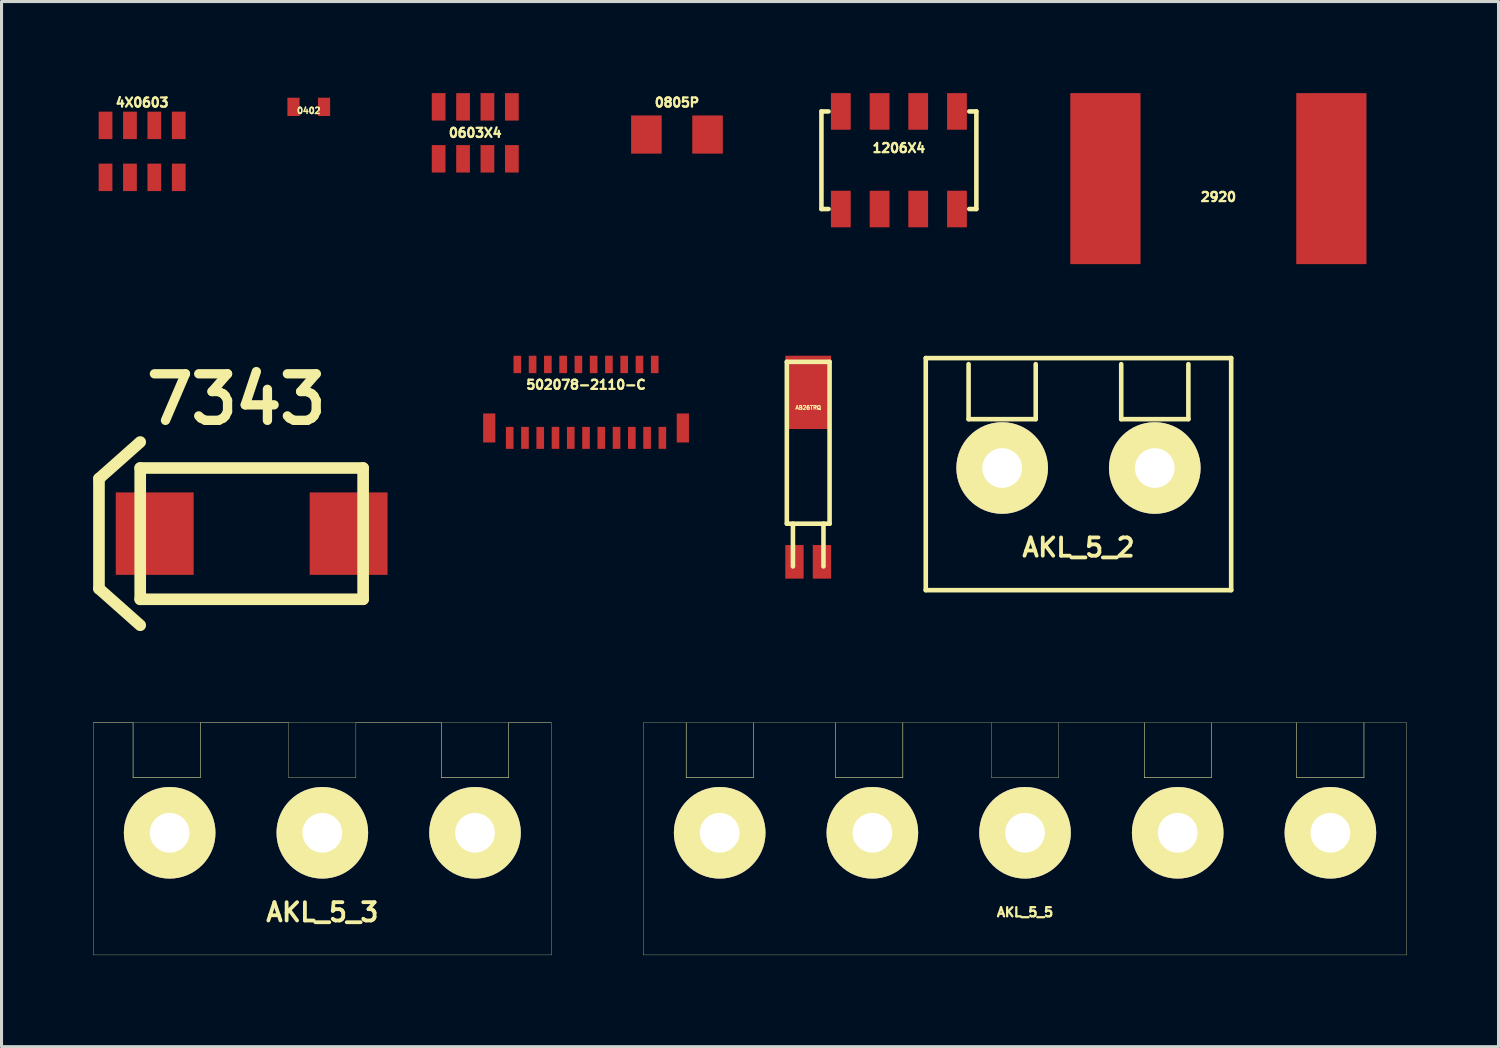
<source format=kicad_pcb>
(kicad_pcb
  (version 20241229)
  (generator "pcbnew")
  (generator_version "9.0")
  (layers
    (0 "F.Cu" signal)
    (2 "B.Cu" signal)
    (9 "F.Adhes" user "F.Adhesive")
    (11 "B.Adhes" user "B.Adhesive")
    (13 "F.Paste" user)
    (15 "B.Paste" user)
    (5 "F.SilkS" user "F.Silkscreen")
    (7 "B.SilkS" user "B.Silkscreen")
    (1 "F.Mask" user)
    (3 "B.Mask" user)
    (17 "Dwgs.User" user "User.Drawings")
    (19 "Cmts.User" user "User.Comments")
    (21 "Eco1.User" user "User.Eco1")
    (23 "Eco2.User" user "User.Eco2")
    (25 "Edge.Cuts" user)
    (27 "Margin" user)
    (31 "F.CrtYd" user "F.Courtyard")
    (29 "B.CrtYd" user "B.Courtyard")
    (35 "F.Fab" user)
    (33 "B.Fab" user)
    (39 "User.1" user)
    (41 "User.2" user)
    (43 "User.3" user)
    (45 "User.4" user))
  (footprint "0603X4"
    (layer "F.Cu")
    (at 12.514 1.3)
    (property "Reference" "0603X4" (at 0 0 0) (layer "F.SilkS") (effects (font (size 0.3 0.3) (thickness 0.076))))
    (attr smd)
    (fp_line (start -1.6 -0.8) (end 1.6 -0.8) (stroke (width 0.001) (type solid)) (layer "F.SilkS"))
    (fp_line (start -1.6 0.8) (end -1.6 -0.8) (stroke (width 0.001) (type solid)) (layer "F.SilkS"))
    (fp_line (start 1.6 -0.8) (end 1.6 0.8) (stroke (width 0.001) (type solid)) (layer "F.SilkS"))
    (fp_line (start 1.6 0.8) (end -1.6 0.8) (stroke (width 0.001) (type solid)) (layer "F.SilkS"))
    (pad "1" smd rect (at 1.199 -0.851) (size 0.45 0.899) (layers "F.Cu" "F.Mask" "F.Paste"))
    (pad "2" smd rect (at 0.399 -0.851) (size 0.45 0.899) (layers "F.Cu" "F.Mask" "F.Paste"))
    (pad "3" smd rect (at -0.399 -0.851) (size 0.45 0.899) (layers "F.Cu" "F.Mask" "F.Paste"))
    (pad "4" smd rect (at -1.199 -0.851) (size 0.45 0.899) (layers "F.Cu" "F.Mask" "F.Paste"))
    (pad "5" smd rect (at -1.199 0.851) (size 0.45 0.899) (layers "F.Cu" "F.Mask" "F.Paste"))
    (pad "6" smd rect (at -0.399 0.851) (size 0.45 0.899) (layers "F.Cu" "F.Mask" "F.Paste"))
    (pad "7" smd rect (at 0.399 0.851) (size 0.45 0.899) (layers "F.Cu" "F.Mask" "F.Paste"))
    (pad "8" smd rect (at 1.199 0.851) (size 0.45 0.899) (layers "F.Cu" "F.Mask" "F.Paste")))
  (footprint "AKL_5_5"
    (layer "F.Cu")
    (at 30.519 24.223)
    (property "Reference" "AKL_5_5" (at 0 2.601 0) (layer "F.SilkS") (effects (font (size 0.3 0.3) (thickness 0.075))))
    (attr through_hole)
    (fp_line (start -12.501 -3.602) (end -12.501 4) (stroke (width 0.01) (type solid)) (layer "F.SilkS"))
    (fp_line (start -12.5 4) (end 12.5 4) (stroke (width 0.01) (type solid)) (layer "F.SilkS"))
    (fp_line (start -11.099 -3.601) (end -11.099 -1.8) (stroke (width 0.01) (type solid)) (layer "F.SilkS"))
    (fp_line (start -11.099 -3.601) (end -11.099 -1.8) (stroke (width 0.01) (type solid)) (layer "F.SilkS"))
    (fp_line (start -11.099 -1.8) (end -8.9 -1.8) (stroke (width 0.01) (type solid)) (layer "F.SilkS"))
    (fp_line (start -11.099 -1.8) (end -8.9 -1.8) (stroke (width 0.01) (type solid)) (layer "F.SilkS"))
    (fp_line (start -8.9 -1.8) (end -8.9 -3.601) (stroke (width 0.01) (type solid)) (layer "F.SilkS"))
    (fp_line (start -8.9 -1.8) (end -8.9 -3.601) (stroke (width 0.01) (type solid)) (layer "F.SilkS"))
    (fp_line (start -6.199 -3.601) (end -6.199 -1.8) (stroke (width 0.01) (type solid)) (layer "F.SilkS"))
    (fp_line (start -6.199 -3.601) (end -6.199 -1.8) (stroke (width 0.01) (type solid)) (layer "F.SilkS"))
    (fp_line (start -6.199 -1.8) (end -4 -1.8) (stroke (width 0.01) (type solid)) (layer "F.SilkS"))
    (fp_line (start -6.199 -1.8) (end -4 -1.8) (stroke (width 0.01) (type solid)) (layer "F.SilkS"))
    (fp_line (start -4 -1.8) (end -4 -3.601) (stroke (width 0.01) (type solid)) (layer "F.SilkS"))
    (fp_line (start -4 -1.8) (end -4 -3.601) (stroke (width 0.01) (type solid)) (layer "F.SilkS"))
    (fp_line (start -1.1 -3.601) (end -1.1 -1.8) (stroke (width 0.01) (type solid)) (layer "F.SilkS"))
    (fp_line (start -1.1 -1.8) (end 1.099 -1.8) (stroke (width 0.01) (type solid)) (layer "F.SilkS"))
    (fp_line (start 1.099 -1.8) (end 1.099 -3.601) (stroke (width 0.01) (type solid)) (layer "F.SilkS"))
    (fp_line (start 3.901 -3.601) (end 3.901 -1.8) (stroke (width 0.01) (type solid)) (layer "F.SilkS"))
    (fp_line (start 3.901 -3.601) (end 3.901 -1.8) (stroke (width 0.01) (type solid)) (layer "F.SilkS"))
    (fp_line (start 3.901 -1.8) (end 6.1 -1.8) (stroke (width 0.01) (type solid)) (layer "F.SilkS"))
    (fp_line (start 3.901 -1.8) (end 6.1 -1.8) (stroke (width 0.01) (type solid)) (layer "F.SilkS"))
    (fp_line (start 6.1 -1.8) (end 6.1 -3.601) (stroke (width 0.01) (type solid)) (layer "F.SilkS"))
    (fp_line (start 6.1 -1.8) (end 6.1 -3.601) (stroke (width 0.01) (type solid)) (layer "F.SilkS"))
    (fp_line (start 8.901 -3.601) (end 8.901 -1.8) (stroke (width 0.01) (type solid)) (layer "F.SilkS"))
    (fp_line (start 8.901 -3.601) (end 8.901 -1.8) (stroke (width 0.01) (type solid)) (layer "F.SilkS"))
    (fp_line (start 8.901 -1.8) (end 11.1 -1.8) (stroke (width 0.01) (type solid)) (layer "F.SilkS"))
    (fp_line (start 8.901 -1.8) (end 11.1 -1.8) (stroke (width 0.01) (type solid)) (layer "F.SilkS"))
    (fp_line (start 11.1 -1.8) (end 11.1 -3.601) (stroke (width 0.01) (type solid)) (layer "F.SilkS"))
    (fp_line (start 11.1 -1.8) (end 11.1 -3.601) (stroke (width 0.01) (type solid)) (layer "F.SilkS"))
    (fp_line (start 12.5 -3.6) (end -12.5 -3.6) (stroke (width 0.01) (type solid)) (layer "F.SilkS"))
    (fp_line (start 12.501 4) (end 12.501 -3.602) (stroke (width 0.01) (type solid)) (layer "F.SilkS"))
    (pad "1" thru_hole circle (at -10 0) (size 3 3) (drill 1.3) (layers "*.Cu" "*.Mask" "F.SilkS"))
    (pad "2" thru_hole circle (at -5 0) (size 3 3) (drill 1.3) (layers "*.Cu" "*.Mask" "F.SilkS"))
    (pad "3" thru_hole circle (at 0 0) (size 3 3) (drill 1.3) (layers "*.Cu" "*.Mask" "F.SilkS"))
    (pad "4" thru_hole circle (at 5 0) (size 3 3) (drill 1.3) (layers "*.Cu" "*.Mask" "F.SilkS"))
    (pad "5" thru_hole circle (at 10 0) (size 3 3) (drill 1.3) (layers "*.Cu" "*.Mask" "F.SilkS")))
  (footprint "4X0603"
    (layer "F.Cu")
    (at 1.605 1.907)
    (property "Reference" "4X0603" (at 0 -1.6 0) (layer "F.SilkS") (effects (font (size 0.3 0.3) (thickness 0.076))))
    (attr through_hole)
    (fp_line (start -1.6 -0.8) (end -1.6 0.8) (stroke (width 0.01) (type solid)) (layer "Eco2.User"))
    (fp_line (start -1.6 0.8) (end 1.6 0.8) (stroke (width 0.01) (type solid)) (layer "Eco2.User"))
    (fp_line (start 1.6 -0.8) (end -1.6 -0.8) (stroke (width 0.01) (type solid)) (layer "Eco2.User"))
    (fp_line (start 1.6 0.8) (end 1.6 -0.8) (stroke (width 0.01) (type solid)) (layer "Eco2.User"))
    (pad "1" smd rect (at -1.199 -0.851) (size 0.45 0.899) (layers "F.Cu" "F.Mask" "F.Paste"))
    (pad "2" smd rect (at -0.399 -0.851) (size 0.45 0.899) (layers "F.Cu" "F.Mask" "F.Paste"))
    (pad "3" smd rect (at 0.399 -0.851) (size 0.45 0.899) (layers "F.Cu" "F.Mask" "F.Paste"))
    (pad "4" smd rect (at 1.199 -0.851) (size 0.45 0.899) (layers "F.Cu" "F.Mask" "F.Paste"))
    (pad "5" smd rect (at 1.199 0.851) (size 0.45 0.899) (layers "F.Cu" "F.Mask" "F.Paste"))
    (pad "6" smd rect (at 0.399 0.851) (size 0.45 0.899) (layers "F.Cu" "F.Mask" "F.Paste"))
    (pad "7" smd rect (at -0.399 0.851) (size 0.45 0.899) (layers "F.Cu" "F.Mask" "F.Paste"))
    (pad "8" smd rect (at -1.199 0.851) (size 0.45 0.899) (layers "F.Cu" "F.Mask" "F.Paste")))
  (footprint "502078-2110-C"
    (layer "F.Cu")
    (at 16.142 10.05)
    (property "Reference" "502078-2110-C" (at 0 -0.5 0) (layer "F.SilkS") (effects (font (size 0.3 0.3) (thickness 0.075))))
    (attr smd)
    (fp_line (start -3.5 -1.4) (end -3.5 1.4) (stroke (width 0.001) (type solid)) (layer "F.SilkS"))
    (fp_line (start -3.5 1.4) (end 3.5 1.4) (stroke (width 0.001) (type solid)) (layer "F.SilkS"))
    (fp_line (start 2.35 0.65) (end 1.95 1.4) (stroke (width 0.001) (type solid)) (layer "F.SilkS"))
    (fp_line (start 2.8 1.4) (end 2.35 0.65) (stroke (width 0.001) (type solid)) (layer "F.SilkS"))
    (fp_line (start 3.5 -1.4) (end -3.5 -1.4) (stroke (width 0.001) (type solid)) (layer "F.SilkS"))
    (fp_line (start 3.5 1.4) (end 3.5 -1.4) (stroke (width 0.001) (type solid)) (layer "F.SilkS"))
    (pad "" smd rect (at -3.17 0.915) (size 0.4 0.95) (layers "F.Cu" "F.Mask" "F.Paste"))
    (pad "" smd rect (at 3.17 0.915) (size 0.4 0.95) (layers "F.Cu" "F.Mask" "F.Paste"))
    (pad "1" smd rect (at 2.5 1.24) (size 0.25 0.72) (layers "F.Cu" "F.Mask" "F.Paste"))
    (pad "2" smd rect (at 2.25 -1.165) (size 0.25 0.57) (layers "F.Cu" "F.Mask" "F.Paste"))
    (pad "3" smd rect (at 2 1.24) (size 0.25 0.72) (layers "F.Cu" "F.Mask" "F.Paste"))
    (pad "4" smd rect (at 1.75 -1.165) (size 0.25 0.57) (layers "F.Cu" "F.Mask" "F.Paste"))
    (pad "5" smd rect (at 1.5 1.24) (size 0.25 0.72) (layers "F.Cu" "F.Mask" "F.Paste"))
    (pad "6" smd rect (at 1.25 -1.165) (size 0.25 0.57) (layers "F.Cu" "F.Mask" "F.Paste"))
    (pad "7" smd rect (at 1 1.24) (size 0.25 0.72) (layers "F.Cu" "F.Mask" "F.Paste"))
    (pad "8" smd rect (at 0.75 -1.165) (size 0.25 0.57) (layers "F.Cu" "F.Mask" "F.Paste"))
    (pad "9" smd rect (at 0.5 1.24) (size 0.25 0.72) (layers "F.Cu" "F.Mask" "F.Paste"))
    (pad "10" smd rect (at 0.25 -1.165) (size 0.25 0.57) (layers "F.Cu" "F.Mask" "F.Paste"))
    (pad "11" smd rect (at 0 1.24) (size 0.25 0.72) (layers "F.Cu" "F.Mask" "F.Paste"))
    (pad "12" smd rect (at -0.25 -1.165) (size 0.25 0.57) (layers "F.Cu" "F.Mask" "F.Paste"))
    (pad "13" smd rect (at -0.5 1.24) (size 0.25 0.72) (layers "F.Cu" "F.Mask" "F.Paste"))
    (pad "14" smd rect (at -0.75 -1.165) (size 0.25 0.57) (layers "F.Cu" "F.Mask" "F.Paste"))
    (pad "15" smd rect (at -1 1.24) (size 0.25 0.72) (layers "F.Cu" "F.Mask" "F.Paste"))
    (pad "16" smd rect (at -1.25 -1.165) (size 0.25 0.57) (layers "F.Cu" "F.Mask" "F.Paste"))
    (pad "17" smd rect (at -1.5 1.24) (size 0.25 0.72) (layers "F.Cu" "F.Mask" "F.Paste"))
    (pad "18" smd rect (at -1.75 -1.165) (size 0.25 0.57) (layers "F.Cu" "F.Mask" "F.Paste"))
    (pad "19" smd rect (at -2 1.24) (size 0.25 0.72) (layers "F.Cu" "F.Mask" "F.Paste"))
    (pad "20" smd rect (at -2.25 -1.165) (size 0.25 0.57) (layers "F.Cu" "F.Mask" "F.Paste"))
    (pad "21" smd rect (at -2.5 1.24) (size 0.25 0.72) (layers "F.Cu" "F.Mask" "F.Paste")))
  (footprint "0402"
    (layer "F.Cu")
    (at 7.062 0.45)
    (property "Reference" "0402" (at 0 0.125 0) (layer "F.SilkS") (effects (font (size 0.2 0.2) (thickness 0.05))))
    (attr smd)
    (fp_line (start -0.851 -0.45) (end 0.851 -0.45) (stroke (width 0.001) (type solid)) (layer "F.SilkS"))
    (fp_line (start -0.851 0.45) (end -0.851 -0.45) (stroke (width 0.001) (type solid)) (layer "F.SilkS"))
    (fp_line (start 0.851 -0.45) (end 0.851 0.45) (stroke (width 0.001) (type solid)) (layer "F.SilkS"))
    (fp_line (start 0.851 0.45) (end -0.851 0.45) (stroke (width 0.001) (type solid)) (layer "F.SilkS"))
    (pad "1" smd rect (at -0.5 0) (size 0.399 0.599) (layers "F.Cu" "F.Mask" "F.Paste"))
    (pad "2" smd rect (at 0.5 0) (size 0.399 0.599) (layers "F.Cu" "F.Mask" "F.Paste")))
  (footprint "AKL_5_2"
    (layer "F.Cu")
    (at 32.269 12.277)
    (property "Reference" "AKL_5_2" (at 0 2.601 0) (layer "F.SilkS") (effects (font (size 0.599 0.599) (thickness 0.124))))
    (attr through_hole)
    (fp_line (start -5.001 -3.602) (end -5.001 4) (stroke (width 0.15) (type solid)) (layer "F.SilkS"))
    (fp_line (start -5.001 4) (end 5.001 4) (stroke (width 0.15) (type solid)) (layer "F.SilkS"))
    (fp_line (start -3.599 -3.401) (end -3.599 -1.6) (stroke (width 0.15) (type solid)) (layer "F.SilkS"))
    (fp_line (start -3.599 -1.6) (end -1.4 -1.6) (stroke (width 0.15) (type solid)) (layer "F.SilkS"))
    (fp_line (start -1.4 -1.6) (end -1.4 -3.401) (stroke (width 0.15) (type solid)) (layer "F.SilkS"))
    (fp_line (start 1.4 -3.401) (end 1.4 -1.6) (stroke (width 0.15) (type solid)) (layer "F.SilkS"))
    (fp_line (start 1.4 -1.6) (end 3.599 -1.6) (stroke (width 0.15) (type solid)) (layer "F.SilkS"))
    (fp_line (start 3.599 -1.6) (end 3.599 -3.401) (stroke (width 0.15) (type solid)) (layer "F.SilkS"))
    (fp_line (start 5.001 -3.599) (end -5.001 -3.599) (stroke (width 0.15) (type solid)) (layer "F.SilkS"))
    (fp_line (start 5.001 4) (end 5.001 -3.602) (stroke (width 0.15) (type solid)) (layer "F.SilkS"))
    (pad "1" thru_hole circle (at -2.499 0) (size 3 3) (drill 1.3) (layers "*.Cu" "*.Mask" "F.SilkS"))
    (pad "2" thru_hole circle (at 2.499 0) (size 3 3) (drill 1.3) (layers "*.Cu" "*.Mask" "F.SilkS")))
  (footprint "AKL_5_3"
    (layer "F.Cu")
    (at 7.506 24.223)
    (property "Reference" "AKL_5_3" (at 0 2.601 0) (layer "F.SilkS") (effects (font (size 0.599 0.599) (thickness 0.124))))
    (attr through_hole)
    (fp_line (start -7.501 -3.602) (end -7.501 4) (stroke (width 0.01) (type solid)) (layer "F.SilkS"))
    (fp_line (start -7.5 -3.6) (end -6.2 -3.6) (stroke (width 0.01) (type solid)) (layer "F.SilkS"))
    (fp_line (start -7.5 -3.6) (end 7.5 -3.6) (stroke (width 0.01) (type solid)) (layer "F.SilkS"))
    (fp_line (start -6.199 -3.601) (end -6.199 -1.8) (stroke (width 0.01) (type solid)) (layer "F.SilkS"))
    (fp_line (start -6.199 -3.601) (end -6.199 -1.8) (stroke (width 0.01) (type solid)) (layer "F.SilkS"))
    (fp_line (start -6.199 -1.8) (end -4 -1.8) (stroke (width 0.01) (type solid)) (layer "F.SilkS"))
    (fp_line (start -6.199 -1.8) (end -4 -1.8) (stroke (width 0.01) (type solid)) (layer "F.SilkS"))
    (fp_line (start -4 -3.6) (end -1.1 -3.6) (stroke (width 0.01) (type solid)) (layer "F.SilkS"))
    (fp_line (start -4 -1.8) (end -4 -3.601) (stroke (width 0.01) (type solid)) (layer "F.SilkS"))
    (fp_line (start -4 -1.8) (end -4 -3.601) (stroke (width 0.01) (type solid)) (layer "F.SilkS"))
    (fp_line (start -1.1 -3.601) (end -1.1 -1.8) (stroke (width 0.01) (type solid)) (layer "F.SilkS"))
    (fp_line (start -1.1 -1.8) (end 1.099 -1.8) (stroke (width 0.01) (type solid)) (layer "F.SilkS"))
    (fp_line (start 1.099 -1.8) (end 1.099 -3.601) (stroke (width 0.01) (type solid)) (layer "F.SilkS"))
    (fp_line (start 1.1 -3.6) (end 3.9 -3.6) (stroke (width 0.01) (type solid)) (layer "F.SilkS"))
    (fp_line (start 3.901 -3.601) (end 3.901 -1.8) (stroke (width 0.01) (type solid)) (layer "F.SilkS"))
    (fp_line (start 3.901 -3.601) (end 3.901 -1.8) (stroke (width 0.01) (type solid)) (layer "F.SilkS"))
    (fp_line (start 3.901 -1.8) (end 6.1 -1.8) (stroke (width 0.01) (type solid)) (layer "F.SilkS"))
    (fp_line (start 3.901 -1.8) (end 6.1 -1.8) (stroke (width 0.01) (type solid)) (layer "F.SilkS"))
    (fp_line (start 6.1 -1.8) (end 6.1 -3.601) (stroke (width 0.01) (type solid)) (layer "F.SilkS"))
    (fp_line (start 6.1 -1.8) (end 6.1 -3.601) (stroke (width 0.01) (type solid)) (layer "F.SilkS"))
    (fp_line (start 7.5 -3.6) (end 6.1 -3.6) (stroke (width 0.01) (type solid)) (layer "F.SilkS"))
    (fp_line (start 7.5 4) (end -7.5 4) (stroke (width 0.01) (type solid)) (layer "F.SilkS"))
    (fp_line (start 7.501 4) (end 7.501 -3.602) (stroke (width 0.01) (type solid)) (layer "F.SilkS"))
    (pad "1" thru_hole circle (at -5 0) (size 3 3) (drill 1.3) (layers "*.Cu" "*.Mask" "F.SilkS"))
    (pad "2" thru_hole circle (at 0 0) (size 3 3) (drill 1.3) (layers "*.Cu" "*.Mask" "F.SilkS"))
    (pad "3" thru_hole circle (at 5 0) (size 3 3) (drill 1.3) (layers "*.Cu" "*.Mask" "F.SilkS")))
  (footprint "0805P"
    (layer "F.Cu")
    (at 19.12 1.356)
    (property "Reference" "0805P" (at 0 -1.049 0) (layer "F.SilkS") (effects (font (size 0.3 0.299) (thickness 0.076))))
    (attr through_hole)
    (fp_line (start -2 -1) (end -1.6 -1.3) (stroke (width 0.01) (type solid)) (layer "Eco2.User"))
    (fp_line (start -2 1) (end -2 -1) (stroke (width 0.01) (type solid)) (layer "Eco2.User"))
    (fp_line (start -2 1) (end -1.6 1.4) (stroke (width 0.01) (type solid)) (layer "Eco2.User"))
    (fp_line (start -1.651 -0.8) (end -1.651 0.8) (stroke (width 0.01) (type solid)) (layer "Eco2.User"))
    (fp_line (start -1.651 0.8) (end 1.651 0.8) (stroke (width 0.01) (type solid)) (layer "Eco2.User"))
    (fp_line (start 1.651 -0.8) (end -1.651 -0.8) (stroke (width 0.01) (type solid)) (layer "Eco2.User"))
    (fp_line (start 1.651 0.8) (end 1.651 -0.8) (stroke (width 0.01) (type solid)) (layer "Eco2.User"))
    (pad "1" smd rect (at -1.001 0) (size 1.001 1.25) (layers "F.Cu" "F.Mask" "F.Paste"))
    (pad "2" smd rect (at 1.001 0) (size 1.001 1.25) (layers "F.Cu" "F.Mask" "F.Paste")))
  (footprint "7343"
    (layer "F.Cu")
    (at 5.192 14.426)
    (property "Reference" "7343" (at -0.5 -4.399 0) (layer "F.SilkS") (effects (font (size 1.524 1.524) (thickness 0.305))))
    (attr through_hole)
    (fp_line (start -5.001 -1.801) (end -5.001 1.801) (stroke (width 0.381) (type solid)) (layer "F.SilkS"))
    (fp_line (start -5.001 1.801) (end -3.65 3) (stroke (width 0.381) (type solid)) (layer "F.SilkS"))
    (fp_line (start -3.65 -3) (end -5.001 -1.801) (stroke (width 0.381) (type solid)) (layer "F.SilkS"))
    (fp_line (start -3.65 -2.149) (end 3.65 -2.149) (stroke (width 0.381) (type solid)) (layer "F.SilkS"))
    (fp_line (start -3.65 2.149) (end -3.65 -2.149) (stroke (width 0.381) (type solid)) (layer "F.SilkS"))
    (fp_line (start 3.65 -2.149) (end 3.65 2.149) (stroke (width 0.381) (type solid)) (layer "F.SilkS"))
    (fp_line (start 3.65 2.149) (end -3.65 2.149) (stroke (width 0.381) (type solid)) (layer "F.SilkS"))
    (pad "1" smd rect (at -3.175 0) (size 2.55 2.7) (layers "F.Cu" "F.Mask" "F.Paste"))
    (pad "2" smd rect (at 3.175 0) (size 2.55 2.7) (layers "F.Cu" "F.Mask" "F.Paste")))
  (footprint "AB26TRQ"
    (layer "F.Cu")
    (at 23.418 9.8)
    (property "Reference" "AB26TRQ" (at 0 0.5 0) (layer "F.SilkS") (effects (font (size 0.127 0.127) (thickness 0.032))))
    (attr through_hole)
    (fp_line (start -0.7 -1) (end -0.7 4.3) (stroke (width 0.15) (type solid)) (layer "F.SilkS"))
    (fp_line (start -0.7 4.3) (end 0.7 4.3) (stroke (width 0.15) (type solid)) (layer "F.SilkS"))
    (fp_line (start -0.5 5.7) (end -0.5 4.3) (stroke (width 0.15) (type solid)) (layer "F.SilkS"))
    (fp_line (start 0.5 5.7) (end 0.5 4.3) (stroke (width 0.15) (type solid)) (layer "F.SilkS"))
    (fp_line (start 0.7 -1) (end -0.7 -1) (stroke (width 0.15) (type solid)) (layer "F.SilkS"))
    (fp_line (start 0.7 4.3) (end 0.7 -1) (stroke (width 0.15) (type solid)) (layer "F.SilkS"))
    (pad "1" smd rect (at -0.45 5.55) (size 0.6 1.1) (layers "F.Cu" "F.Mask" "F.Paste"))
    (pad "2" smd rect (at 0.45 5.55) (size 0.6 1.1) (layers "F.Cu" "F.Mask" "F.Paste"))
    (pad "3" smd rect (at 0 0) (size 1.5 2.4) (layers "F.Cu" "F.Mask" "F.Paste")))
  (footprint "1206X4"
    (layer "F.Cu")
    (at 26.388 2.197)
    (property "Reference" "1206X4" (at 0 -0.399 0) (layer "F.SilkS") (effects (font (size 0.3 0.3) (thickness 0.076))))
    (attr through_hole)
    (fp_line (start -2.537 -1.598) (end -2.537 1.598) (stroke (width 0.15) (type solid)) (layer "F.SilkS"))
    (fp_line (start -2.537 -1.598) (end -2.304 -1.598) (stroke (width 0.15) (type solid)) (layer "F.SilkS"))
    (fp_line (start -2.537 1.598) (end -2.304 1.598) (stroke (width 0.15) (type solid)) (layer "F.SilkS"))
    (fp_line (start 2.304 -1.598) (end 2.537 -1.598) (stroke (width 0.15) (type solid)) (layer "F.SilkS"))
    (fp_line (start 2.304 1.598) (end 2.537 1.598) (stroke (width 0.15) (type solid)) (layer "F.SilkS"))
    (fp_line (start 2.537 -1.598) (end 2.537 1.598) (stroke (width 0.15) (type solid)) (layer "F.SilkS"))
    (pad "1" smd rect (at -1.902 1.598 180) (size 0.648 1.199) (layers "F.Cu" "F.Mask" "F.Paste"))
    (pad "2" smd rect (at -0.632 1.598 180) (size 0.648 1.199) (layers "F.Cu" "F.Mask" "F.Paste"))
    (pad "3" smd rect (at 0.632 1.598 180) (size 0.648 1.199) (layers "F.Cu" "F.Mask" "F.Paste"))
    (pad "4" smd rect (at 1.902 1.598 180) (size 0.648 1.199) (layers "F.Cu" "F.Mask" "F.Paste"))
    (pad "5" smd rect (at 1.902 -1.598) (size 0.648 1.199) (layers "F.Cu" "F.Mask" "F.Paste"))
    (pad "6" smd rect (at 0.632 -1.598) (size 0.648 1.199) (layers "F.Cu" "F.Mask" "F.Paste"))
    (pad "7" smd rect (at -0.632 -1.598) (size 0.648 1.199) (layers "F.Cu" "F.Mask" "F.Paste"))
    (pad "8" smd rect (at -1.902 -1.598) (size 0.648 1.199) (layers "F.Cu" "F.Mask" "F.Paste")))
  (footprint "2920"
    (layer "F.Cu")
    (at 36.851 2.8)
    (property "Reference" "2920" (at 0 0.6 0) (layer "F.SilkS") (effects (font (size 0.3 0.3) (thickness 0.075))))
    (attr through_hole)
    (fp_line (start -3.7 -2.6) (end 3.7 -2.6) (stroke (width 0.15) (type solid)) (layer "Eco2.User"))
    (fp_line (start -3.7 2.6) (end -3.7 -2.6) (stroke (width 0.15) (type solid)) (layer "Eco2.User"))
    (fp_line (start 3.7 -2.6) (end 3.7 2.6) (stroke (width 0.15) (type solid)) (layer "Eco2.User"))
    (fp_line (start 3.7 2.6) (end -3.7 2.6) (stroke (width 0.15) (type solid)) (layer "Eco2.User"))
    (pad "1" smd rect (at -3.7 0) (size 2.3 5.6) (layers "F.Cu" "F.Mask" "F.Paste"))
    (pad "2" smd rect (at 3.7 0) (size 2.3 5.6) (layers "F.Cu" "F.Mask" "F.Paste")))
  (gr_rect
    (start -3 -3)
    (end 46.025 31.228)
    (stroke (width 0.1) (type default))
    (fill no)
    (layer "Edge.Cuts")))
</source>
